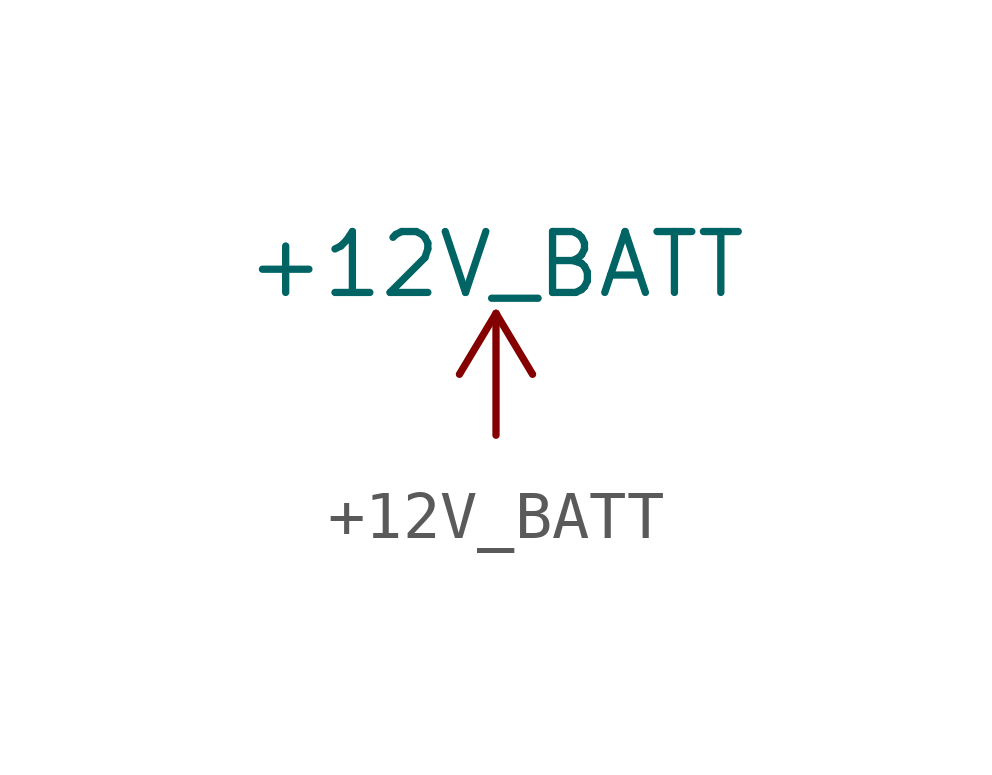
<source format=kicad_sym>
(kicad_symbol_lib
  (version 20211014)
  (generator kicad_symbol_editor)
  (symbol "+12V_BATT"
    (power)
    (pin_names
      (offset 0))
    (property "Reference" "#PWR"
      (at 0 -3.81 0)
      (effects (font (size 1.27 1.27)) hide))
    (property "Value" "+12V_BATT"
      (at 0 3.556 0)
      (effects (font (size 1.27 1.27))))
    (symbol "+12V_BATT_0_1"
      (polyline (pts (xy -0.762 1.27) (xy 0 2.54)) (stroke (width 0) (type default) (color 0 0 0 0)) (fill (type none)))
      (polyline (pts (xy 0 0) (xy 0 2.54)) (stroke (width 0) (type default) (color 0 0 0 0)) (fill (type none)))
      (polyline (pts (xy 0 2.54) (xy 0.762 1.27)) (stroke (width 0) (type default) (color 0 0 0 0)) (fill (type none))))
    (symbol "+12V_BATT_1_1"
      (pin power_in line (at 0 0 90) (length 0) hide (name "+12V_BATT" (effects (font (size 1.27 1.27)))) (number "1" (effects (font (size 1.27 1.27))))))))
</source>
